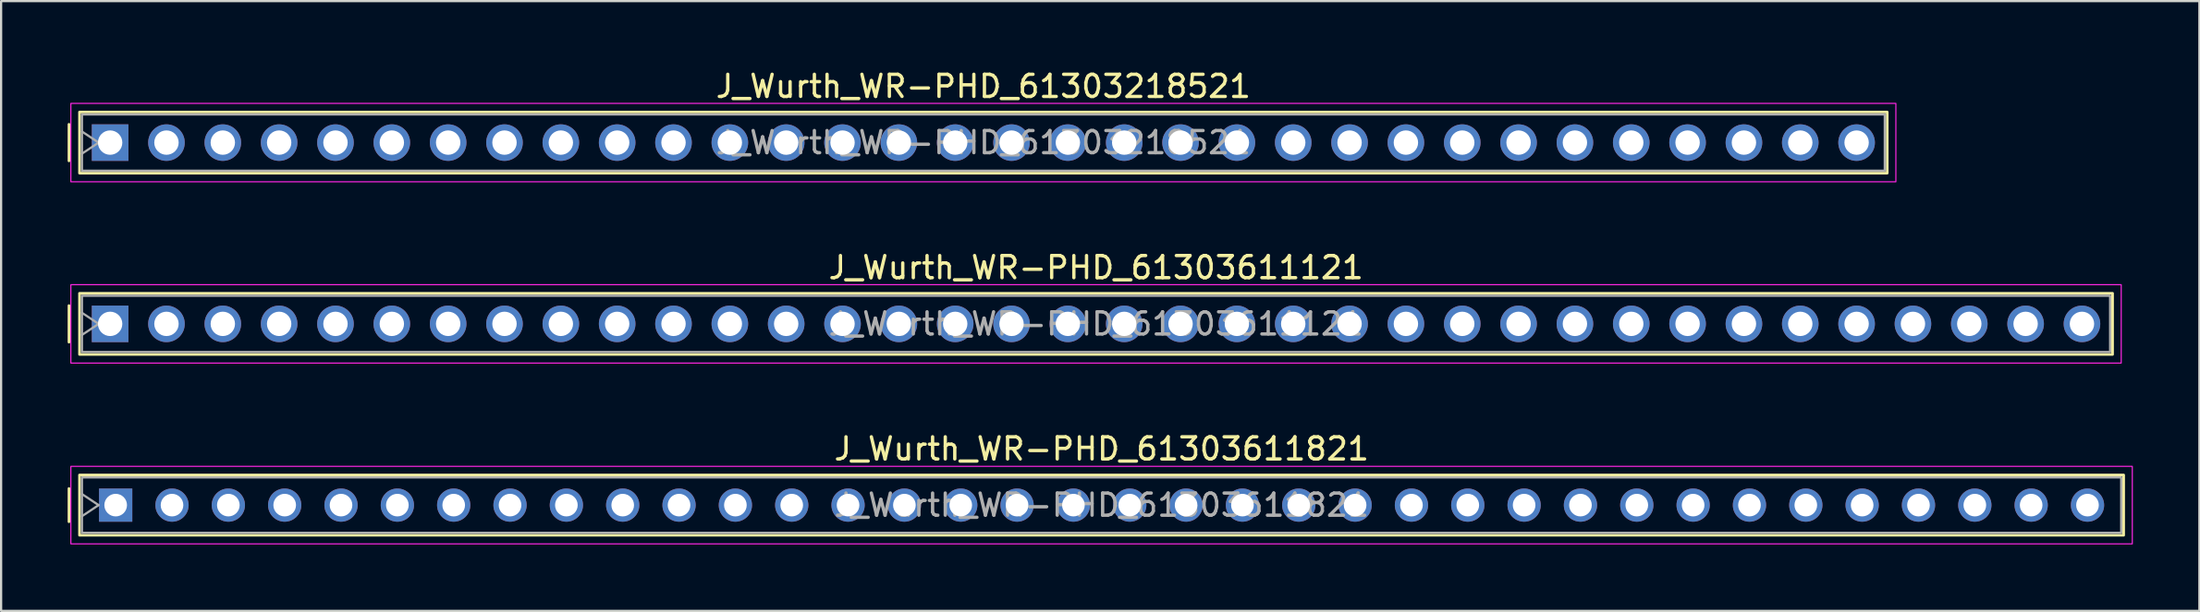
<source format=kicad_pcb>
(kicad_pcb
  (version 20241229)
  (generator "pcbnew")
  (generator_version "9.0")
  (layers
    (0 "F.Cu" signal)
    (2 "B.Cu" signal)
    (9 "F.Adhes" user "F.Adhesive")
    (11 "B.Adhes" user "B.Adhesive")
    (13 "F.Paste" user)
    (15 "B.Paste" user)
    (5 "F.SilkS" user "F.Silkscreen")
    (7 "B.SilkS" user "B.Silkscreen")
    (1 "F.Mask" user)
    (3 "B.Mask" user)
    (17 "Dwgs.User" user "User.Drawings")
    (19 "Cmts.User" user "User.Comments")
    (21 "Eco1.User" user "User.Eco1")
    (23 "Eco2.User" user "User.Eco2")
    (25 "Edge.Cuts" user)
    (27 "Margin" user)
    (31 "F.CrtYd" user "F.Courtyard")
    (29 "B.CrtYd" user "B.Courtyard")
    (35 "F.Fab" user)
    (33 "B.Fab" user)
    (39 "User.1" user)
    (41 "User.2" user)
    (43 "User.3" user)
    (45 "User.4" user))
  (footprint "J_Wurth_WR-PHD_61303611121"
    (layer "F.Cu")
    (at 1.915 11.572)
    (property "Reference" "J_Wurth_WR-PHD_61303611121" (at 44.45 -2.54 0) (unlocked yes) (layer "F.SilkS") (effects (font (size 1 1) (thickness 0.15))))
    (attr through_hole)
    (fp_line (start -1.855 -0.825) (end -1.855 0.825) (stroke (width 0.12) (type solid)) (layer "F.SilkS"))
    (fp_rect (start -1.38 -1.38) (end 90.28 1.38) (stroke (width 0.12) (type solid)) (fill no) (layer "F.SilkS"))
    (fp_rect (start -1.77 -1.77) (end 90.67 1.77) (stroke (width 0.05) (type solid)) (fill no) (layer "F.CrtYd"))
    (fp_line (start -1.27 -0.5) (end -0.52 0) (stroke (width 0.1) (type solid)) (layer "F.Fab"))
    (fp_line (start -0.52 0) (end -1.27 0.5) (stroke (width 0.1) (type solid)) (layer "F.Fab"))
    (fp_rect (start -1.27 -1.27) (end 90.17 1.27) (stroke (width 0.1) (type solid)) (fill no) (layer "F.Fab"))
    (fp_text user "${REFERENCE}" (at 44.45 0 0) (unlocked yes) (layer "F.Fab") (effects (font (size 1 1) (thickness 0.15))))
    (pad "1" thru_hole rect (at 0 0) (size 1.65 1.65) (drill 1.1) (layers "*.Cu" "*.Mask"))
    (pad "2" thru_hole circle (at 2.54 0) (size 1.65 1.65) (drill 1.1) (layers "*.Cu" "*.Mask"))
    (pad "3" thru_hole circle (at 5.08 0) (size 1.65 1.65) (drill 1.1) (layers "*.Cu" "*.Mask"))
    (pad "4" thru_hole circle (at 7.62 0) (size 1.65 1.65) (drill 1.1) (layers "*.Cu" "*.Mask"))
    (pad "5" thru_hole circle (at 10.16 0) (size 1.65 1.65) (drill 1.1) (layers "*.Cu" "*.Mask"))
    (pad "6" thru_hole circle (at 12.7 0) (size 1.65 1.65) (drill 1.1) (layers "*.Cu" "*.Mask"))
    (pad "7" thru_hole circle (at 15.24 0) (size 1.65 1.65) (drill 1.1) (layers "*.Cu" "*.Mask"))
    (pad "8" thru_hole circle (at 17.78 0) (size 1.65 1.65) (drill 1.1) (layers "*.Cu" "*.Mask"))
    (pad "9" thru_hole circle (at 20.32 0) (size 1.65 1.65) (drill 1.1) (layers "*.Cu" "*.Mask"))
    (pad "10" thru_hole circle (at 22.86 0) (size 1.65 1.65) (drill 1.1) (layers "*.Cu" "*.Mask"))
    (pad "11" thru_hole circle (at 25.4 0) (size 1.65 1.65) (drill 1.1) (layers "*.Cu" "*.Mask"))
    (pad "12" thru_hole circle (at 27.94 0) (size 1.65 1.65) (drill 1.1) (layers "*.Cu" "*.Mask"))
    (pad "13" thru_hole circle (at 30.48 0) (size 1.65 1.65) (drill 1.1) (layers "*.Cu" "*.Mask"))
    (pad "14" thru_hole circle (at 33.02 0) (size 1.65 1.65) (drill 1.1) (layers "*.Cu" "*.Mask"))
    (pad "15" thru_hole circle (at 35.56 0) (size 1.65 1.65) (drill 1.1) (layers "*.Cu" "*.Mask"))
    (pad "16" thru_hole circle (at 38.1 0) (size 1.65 1.65) (drill 1.1) (layers "*.Cu" "*.Mask"))
    (pad "17" thru_hole circle (at 40.64 0) (size 1.65 1.65) (drill 1.1) (layers "*.Cu" "*.Mask"))
    (pad "18" thru_hole circle (at 43.18 0) (size 1.65 1.65) (drill 1.1) (layers "*.Cu" "*.Mask"))
    (pad "19" thru_hole circle (at 45.72 0) (size 1.65 1.65) (drill 1.1) (layers "*.Cu" "*.Mask"))
    (pad "20" thru_hole circle (at 48.26 0) (size 1.65 1.65) (drill 1.1) (layers "*.Cu" "*.Mask"))
    (pad "21" thru_hole circle (at 50.8 0) (size 1.65 1.65) (drill 1.1) (layers "*.Cu" "*.Mask"))
    (pad "22" thru_hole circle (at 53.34 0) (size 1.65 1.65) (drill 1.1) (layers "*.Cu" "*.Mask"))
    (pad "23" thru_hole circle (at 55.88 0) (size 1.65 1.65) (drill 1.1) (layers "*.Cu" "*.Mask"))
    (pad "24" thru_hole circle (at 58.42 0) (size 1.65 1.65) (drill 1.1) (layers "*.Cu" "*.Mask"))
    (pad "25" thru_hole circle (at 60.96 0) (size 1.65 1.65) (drill 1.1) (layers "*.Cu" "*.Mask"))
    (pad "26" thru_hole circle (at 63.5 0) (size 1.65 1.65) (drill 1.1) (layers "*.Cu" "*.Mask"))
    (pad "27" thru_hole circle (at 66.04 0) (size 1.65 1.65) (drill 1.1) (layers "*.Cu" "*.Mask"))
    (pad "28" thru_hole circle (at 68.58 0) (size 1.65 1.65) (drill 1.1) (layers "*.Cu" "*.Mask"))
    (pad "29" thru_hole circle (at 71.12 0) (size 1.65 1.65) (drill 1.1) (layers "*.Cu" "*.Mask"))
    (pad "30" thru_hole circle (at 73.66 0) (size 1.65 1.65) (drill 1.1) (layers "*.Cu" "*.Mask"))
    (pad "31" thru_hole circle (at 76.2 0) (size 1.65 1.65) (drill 1.1) (layers "*.Cu" "*.Mask"))
    (pad "32" thru_hole circle (at 78.74 0) (size 1.65 1.65) (drill 1.1) (layers "*.Cu" "*.Mask"))
    (pad "33" thru_hole circle (at 81.28 0) (size 1.65 1.65) (drill 1.1) (layers "*.Cu" "*.Mask"))
    (pad "34" thru_hole circle (at 83.82 0) (size 1.65 1.65) (drill 1.1) (layers "*.Cu" "*.Mask"))
    (pad "35" thru_hole circle (at 86.36 0) (size 1.65 1.65) (drill 1.1) (layers "*.Cu" "*.Mask"))
    (pad "36" thru_hole circle (at 88.9 0) (size 1.65 1.65) (drill 1.1) (layers "*.Cu" "*.Mask")))
  (footprint "J_Wurth_WR-PHD_61303611821"
    (layer "F.Cu")
    (at 2.165 19.755)
    (property "Reference" "J_Wurth_WR-PHD_61303611821" (at 44.45 -2.54 0) (unlocked yes) (layer "F.SilkS") (effects (font (size 1 1) (thickness 0.15))))
    (attr through_hole)
    (fp_line (start -2.105 -0.75) (end -2.105 0.75) (stroke (width 0.12) (type solid)) (layer "F.SilkS"))
    (fp_rect (start -1.63 -1.36) (end 90.53 1.36) (stroke (width 0.12) (type solid)) (fill no) (layer "F.SilkS"))
    (fp_rect (start -2.02 -1.75) (end 90.92 1.75) (stroke (width 0.05) (type solid)) (fill no) (layer "F.CrtYd"))
    (fp_line (start -1.52 -0.5) (end -0.77 0) (stroke (width 0.1) (type solid)) (layer "F.Fab"))
    (fp_line (start -0.77 0) (end -1.52 0.5) (stroke (width 0.1) (type solid)) (layer "F.Fab"))
    (fp_rect (start -1.52 -1.25) (end 90.42 1.25) (stroke (width 0.1) (type solid)) (fill no) (layer "F.Fab"))
    (fp_text user "${REFERENCE}" (at 44.45 0 0) (unlocked yes) (layer "F.Fab") (effects (font (size 1 1) (thickness 0.15))))
    (pad "1" thru_hole rect (at 0 0) (size 1.5 1.5) (drill 1.02) (layers "*.Cu" "*.Mask"))
    (pad "2" thru_hole circle (at 2.54 0) (size 1.5 1.5) (drill 1.02) (layers "*.Cu" "*.Mask"))
    (pad "3" thru_hole circle (at 5.08 0) (size 1.5 1.5) (drill 1.02) (layers "*.Cu" "*.Mask"))
    (pad "4" thru_hole circle (at 7.62 0) (size 1.5 1.5) (drill 1.02) (layers "*.Cu" "*.Mask"))
    (pad "5" thru_hole circle (at 10.16 0) (size 1.5 1.5) (drill 1.02) (layers "*.Cu" "*.Mask"))
    (pad "6" thru_hole circle (at 12.7 0) (size 1.5 1.5) (drill 1.02) (layers "*.Cu" "*.Mask"))
    (pad "7" thru_hole circle (at 15.24 0) (size 1.5 1.5) (drill 1.02) (layers "*.Cu" "*.Mask"))
    (pad "8" thru_hole circle (at 17.78 0) (size 1.5 1.5) (drill 1.02) (layers "*.Cu" "*.Mask"))
    (pad "9" thru_hole circle (at 20.32 0) (size 1.5 1.5) (drill 1.02) (layers "*.Cu" "*.Mask"))
    (pad "10" thru_hole circle (at 22.86 0) (size 1.5 1.5) (drill 1.02) (layers "*.Cu" "*.Mask"))
    (pad "11" thru_hole circle (at 25.4 0) (size 1.5 1.5) (drill 1.02) (layers "*.Cu" "*.Mask"))
    (pad "12" thru_hole circle (at 27.94 0) (size 1.5 1.5) (drill 1.02) (layers "*.Cu" "*.Mask"))
    (pad "13" thru_hole circle (at 30.48 0) (size 1.5 1.5) (drill 1.02) (layers "*.Cu" "*.Mask"))
    (pad "14" thru_hole circle (at 33.02 0) (size 1.5 1.5) (drill 1.02) (layers "*.Cu" "*.Mask"))
    (pad "15" thru_hole circle (at 35.56 0) (size 1.5 1.5) (drill 1.02) (layers "*.Cu" "*.Mask"))
    (pad "16" thru_hole circle (at 38.1 0) (size 1.5 1.5) (drill 1.02) (layers "*.Cu" "*.Mask"))
    (pad "17" thru_hole circle (at 40.64 0) (size 1.5 1.5) (drill 1.02) (layers "*.Cu" "*.Mask"))
    (pad "18" thru_hole circle (at 43.18 0) (size 1.5 1.5) (drill 1.02) (layers "*.Cu" "*.Mask"))
    (pad "19" thru_hole circle (at 45.72 0) (size 1.5 1.5) (drill 1.02) (layers "*.Cu" "*.Mask"))
    (pad "20" thru_hole circle (at 48.26 0) (size 1.5 1.5) (drill 1.02) (layers "*.Cu" "*.Mask"))
    (pad "21" thru_hole circle (at 50.8 0) (size 1.5 1.5) (drill 1.02) (layers "*.Cu" "*.Mask"))
    (pad "22" thru_hole circle (at 53.34 0) (size 1.5 1.5) (drill 1.02) (layers "*.Cu" "*.Mask"))
    (pad "23" thru_hole circle (at 55.88 0) (size 1.5 1.5) (drill 1.02) (layers "*.Cu" "*.Mask"))
    (pad "24" thru_hole circle (at 58.42 0) (size 1.5 1.5) (drill 1.02) (layers "*.Cu" "*.Mask"))
    (pad "25" thru_hole circle (at 60.96 0) (size 1.5 1.5) (drill 1.02) (layers "*.Cu" "*.Mask"))
    (pad "26" thru_hole circle (at 63.5 0) (size 1.5 1.5) (drill 1.02) (layers "*.Cu" "*.Mask"))
    (pad "27" thru_hole circle (at 66.04 0) (size 1.5 1.5) (drill 1.02) (layers "*.Cu" "*.Mask"))
    (pad "28" thru_hole circle (at 68.58 0) (size 1.5 1.5) (drill 1.02) (layers "*.Cu" "*.Mask"))
    (pad "29" thru_hole circle (at 71.12 0) (size 1.5 1.5) (drill 1.02) (layers "*.Cu" "*.Mask"))
    (pad "30" thru_hole circle (at 73.66 0) (size 1.5 1.5) (drill 1.02) (layers "*.Cu" "*.Mask"))
    (pad "31" thru_hole circle (at 76.2 0) (size 1.5 1.5) (drill 1.02) (layers "*.Cu" "*.Mask"))
    (pad "32" thru_hole circle (at 78.74 0) (size 1.5 1.5) (drill 1.02) (layers "*.Cu" "*.Mask"))
    (pad "33" thru_hole circle (at 81.28 0) (size 1.5 1.5) (drill 1.02) (layers "*.Cu" "*.Mask"))
    (pad "34" thru_hole circle (at 83.82 0) (size 1.5 1.5) (drill 1.02) (layers "*.Cu" "*.Mask"))
    (pad "35" thru_hole circle (at 86.36 0) (size 1.5 1.5) (drill 1.02) (layers "*.Cu" "*.Mask"))
    (pad "36" thru_hole circle (at 88.9 0) (size 1.5 1.5) (drill 1.02) (layers "*.Cu" "*.Mask")))
  (footprint "J_Wurth_WR-PHD_61303218521"
    (layer "F.Cu")
    (at 1.915 3.388)
    (property "Reference" "J_Wurth_WR-PHD_61303218521" (at 39.37 -2.54 0) (unlocked yes) (layer "F.SilkS") (effects (font (size 1 1) (thickness 0.15))))
    (attr through_hole)
    (fp_line (start -1.855 -0.825) (end -1.855 0.825) (stroke (width 0.12) (type solid)) (layer "F.SilkS"))
    (fp_rect (start -1.38 -1.38) (end 80.12 1.38) (stroke (width 0.12) (type solid)) (fill no) (layer "F.SilkS"))
    (fp_rect (start -1.77 -1.77) (end 80.51 1.77) (stroke (width 0.05) (type solid)) (fill no) (layer "F.CrtYd"))
    (fp_line (start -1.27 -0.5) (end -0.52 0) (stroke (width 0.1) (type solid)) (layer "F.Fab"))
    (fp_line (start -0.52 0) (end -1.27 0.5) (stroke (width 0.1) (type solid)) (layer "F.Fab"))
    (fp_rect (start -1.27 -1.27) (end 80.01 1.27) (stroke (width 0.1) (type solid)) (fill no) (layer "F.Fab"))
    (fp_text user "${REFERENCE}" (at 39.37 0 0) (unlocked yes) (layer "F.Fab") (effects (font (size 1 1) (thickness 0.15))))
    (pad "1" thru_hole rect (at 0 0) (size 1.65 1.65) (drill 1.1) (layers "*.Cu" "*.Mask"))
    (pad "2" thru_hole circle (at 2.54 0) (size 1.65 1.65) (drill 1.1) (layers "*.Cu" "*.Mask"))
    (pad "3" thru_hole circle (at 5.08 0) (size 1.65 1.65) (drill 1.1) (layers "*.Cu" "*.Mask"))
    (pad "4" thru_hole circle (at 7.62 0) (size 1.65 1.65) (drill 1.1) (layers "*.Cu" "*.Mask"))
    (pad "5" thru_hole circle (at 10.16 0) (size 1.65 1.65) (drill 1.1) (layers "*.Cu" "*.Mask"))
    (pad "6" thru_hole circle (at 12.7 0) (size 1.65 1.65) (drill 1.1) (layers "*.Cu" "*.Mask"))
    (pad "7" thru_hole circle (at 15.24 0) (size 1.65 1.65) (drill 1.1) (layers "*.Cu" "*.Mask"))
    (pad "8" thru_hole circle (at 17.78 0) (size 1.65 1.65) (drill 1.1) (layers "*.Cu" "*.Mask"))
    (pad "9" thru_hole circle (at 20.32 0) (size 1.65 1.65) (drill 1.1) (layers "*.Cu" "*.Mask"))
    (pad "10" thru_hole circle (at 22.86 0) (size 1.65 1.65) (drill 1.1) (layers "*.Cu" "*.Mask"))
    (pad "11" thru_hole circle (at 25.4 0) (size 1.65 1.65) (drill 1.1) (layers "*.Cu" "*.Mask"))
    (pad "12" thru_hole circle (at 27.94 0) (size 1.65 1.65) (drill 1.1) (layers "*.Cu" "*.Mask"))
    (pad "13" thru_hole circle (at 30.48 0) (size 1.65 1.65) (drill 1.1) (layers "*.Cu" "*.Mask"))
    (pad "14" thru_hole circle (at 33.02 0) (size 1.65 1.65) (drill 1.1) (layers "*.Cu" "*.Mask"))
    (pad "15" thru_hole circle (at 35.56 0) (size 1.65 1.65) (drill 1.1) (layers "*.Cu" "*.Mask"))
    (pad "16" thru_hole circle (at 38.1 0) (size 1.65 1.65) (drill 1.1) (layers "*.Cu" "*.Mask"))
    (pad "17" thru_hole circle (at 40.64 0) (size 1.65 1.65) (drill 1.1) (layers "*.Cu" "*.Mask"))
    (pad "18" thru_hole circle (at 43.18 0) (size 1.65 1.65) (drill 1.1) (layers "*.Cu" "*.Mask"))
    (pad "19" thru_hole circle (at 45.72 0) (size 1.65 1.65) (drill 1.1) (layers "*.Cu" "*.Mask"))
    (pad "20" thru_hole circle (at 48.26 0) (size 1.65 1.65) (drill 1.1) (layers "*.Cu" "*.Mask"))
    (pad "21" thru_hole circle (at 50.8 0) (size 1.65 1.65) (drill 1.1) (layers "*.Cu" "*.Mask"))
    (pad "22" thru_hole circle (at 53.34 0) (size 1.65 1.65) (drill 1.1) (layers "*.Cu" "*.Mask"))
    (pad "23" thru_hole circle (at 55.88 0) (size 1.65 1.65) (drill 1.1) (layers "*.Cu" "*.Mask"))
    (pad "24" thru_hole circle (at 58.42 0) (size 1.65 1.65) (drill 1.1) (layers "*.Cu" "*.Mask"))
    (pad "25" thru_hole circle (at 60.96 0) (size 1.65 1.65) (drill 1.1) (layers "*.Cu" "*.Mask"))
    (pad "26" thru_hole circle (at 63.5 0) (size 1.65 1.65) (drill 1.1) (layers "*.Cu" "*.Mask"))
    (pad "27" thru_hole circle (at 66.04 0) (size 1.65 1.65) (drill 1.1) (layers "*.Cu" "*.Mask"))
    (pad "28" thru_hole circle (at 68.58 0) (size 1.65 1.65) (drill 1.1) (layers "*.Cu" "*.Mask"))
    (pad "29" thru_hole circle (at 71.12 0) (size 1.65 1.65) (drill 1.1) (layers "*.Cu" "*.Mask"))
    (pad "30" thru_hole circle (at 73.66 0) (size 1.65 1.65) (drill 1.1) (layers "*.Cu" "*.Mask"))
    (pad "31" thru_hole circle (at 76.2 0) (size 1.65 1.65) (drill 1.1) (layers "*.Cu" "*.Mask"))
    (pad "32" thru_hole circle (at 78.74 0) (size 1.65 1.65) (drill 1.1) (layers "*.Cu" "*.Mask")))
  (gr_rect
    (start -3 -3)
    (end 96.11 24.53)
    (stroke (width 0.1) (type default))
    (fill no)
    (layer "Edge.Cuts")))
</source>
